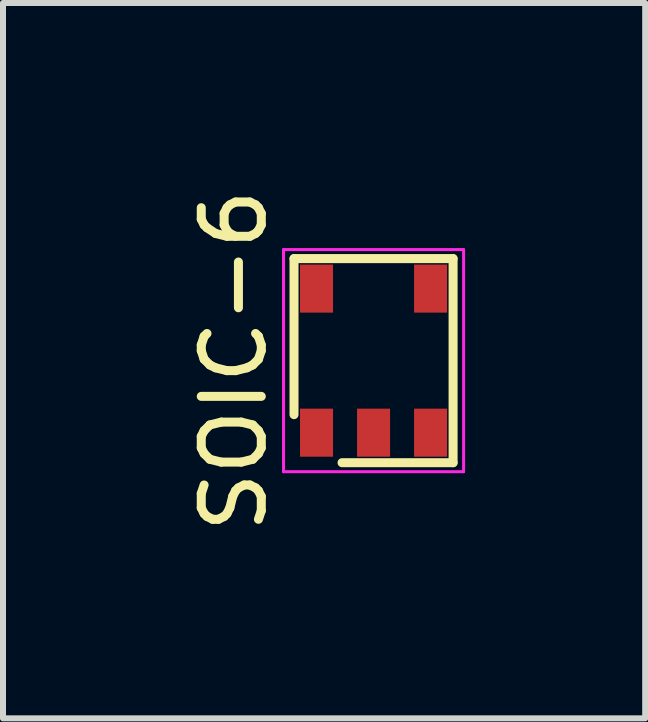
<source format=kicad_pcb>
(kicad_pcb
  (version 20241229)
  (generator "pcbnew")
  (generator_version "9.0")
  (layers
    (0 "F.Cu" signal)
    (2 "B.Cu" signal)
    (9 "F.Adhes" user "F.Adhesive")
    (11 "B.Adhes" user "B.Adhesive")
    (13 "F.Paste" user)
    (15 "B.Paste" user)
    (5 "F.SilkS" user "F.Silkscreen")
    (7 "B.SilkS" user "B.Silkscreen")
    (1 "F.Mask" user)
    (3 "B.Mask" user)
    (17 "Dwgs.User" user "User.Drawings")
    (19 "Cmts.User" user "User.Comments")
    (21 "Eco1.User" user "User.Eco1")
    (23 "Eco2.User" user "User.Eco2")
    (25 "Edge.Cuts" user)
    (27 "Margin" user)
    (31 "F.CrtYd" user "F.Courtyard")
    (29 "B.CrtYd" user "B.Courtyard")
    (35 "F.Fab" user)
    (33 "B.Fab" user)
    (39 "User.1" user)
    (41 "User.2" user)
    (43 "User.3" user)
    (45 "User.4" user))
  (footprint "SOIC-6"
    (layer "F.Cu")
    (at 3.173 2.958)
    (property "Reference" "SOIC-6" (at -2.325 0 90) (layer "F.SilkS") (effects (font (size 1 1) (thickness 0.15))))
    (attr smd)
    (fp_line (start -1.325 -1.7) (end 1.325 -1.7) (stroke (width 0.15) (type solid)) (layer "F.SilkS"))
    (fp_line (start -1.325 0.9) (end -1.325 -1.7) (stroke (width 0.15) (type solid)) (layer "F.SilkS"))
    (fp_line (start 1.325 -1.7) (end 1.325 1.7) (stroke (width 0.15) (type solid)) (layer "F.SilkS"))
    (fp_line (start 1.325 1.7) (end -0.525 1.7) (stroke (width 0.15) (type solid)) (layer "F.SilkS"))
    (fp_line (start -1.5 -1.85) (end 1.5 -1.85) (stroke (width 0.05) (type solid)) (layer "F.CrtYd"))
    (fp_line (start -1.5 1.85) (end -1.5 -1.85) (stroke (width 0.05) (type solid)) (layer "F.CrtYd"))
    (fp_line (start 1.5 -1.85) (end 1.5 1.85) (stroke (width 0.05) (type solid)) (layer "F.CrtYd"))
    (fp_line (start 1.5 1.85) (end -1.5 1.85) (stroke (width 0.05) (type solid)) (layer "F.CrtYd"))
    (pad "1" smd rect (at -0.95 1.2) (size 0.55 0.8) (layers "F.Cu" "F.Mask" "F.Paste"))
    (pad "2" smd rect (at 0 1.2) (size 0.55 0.8) (layers "F.Cu" "F.Mask" "F.Paste"))
    (pad "3" smd rect (at 0.95 1.2) (size 0.55 0.8) (layers "F.Cu" "F.Mask" "F.Paste"))
    (pad "4" smd rect (at 0.95 -1.2) (size 0.55 0.8) (layers "F.Cu" "F.Mask" "F.Paste"))
    (pad "5" smd rect (at -0.95 -1.2) (size 0.55 0.8) (layers "F.Cu" "F.Mask" "F.Paste")))
  (gr_rect
    (start -3 -3)
    (end 7.698 8.917)
    (stroke (width 0.1) (type default))
    (fill no)
    (layer "Edge.Cuts")))
</source>
